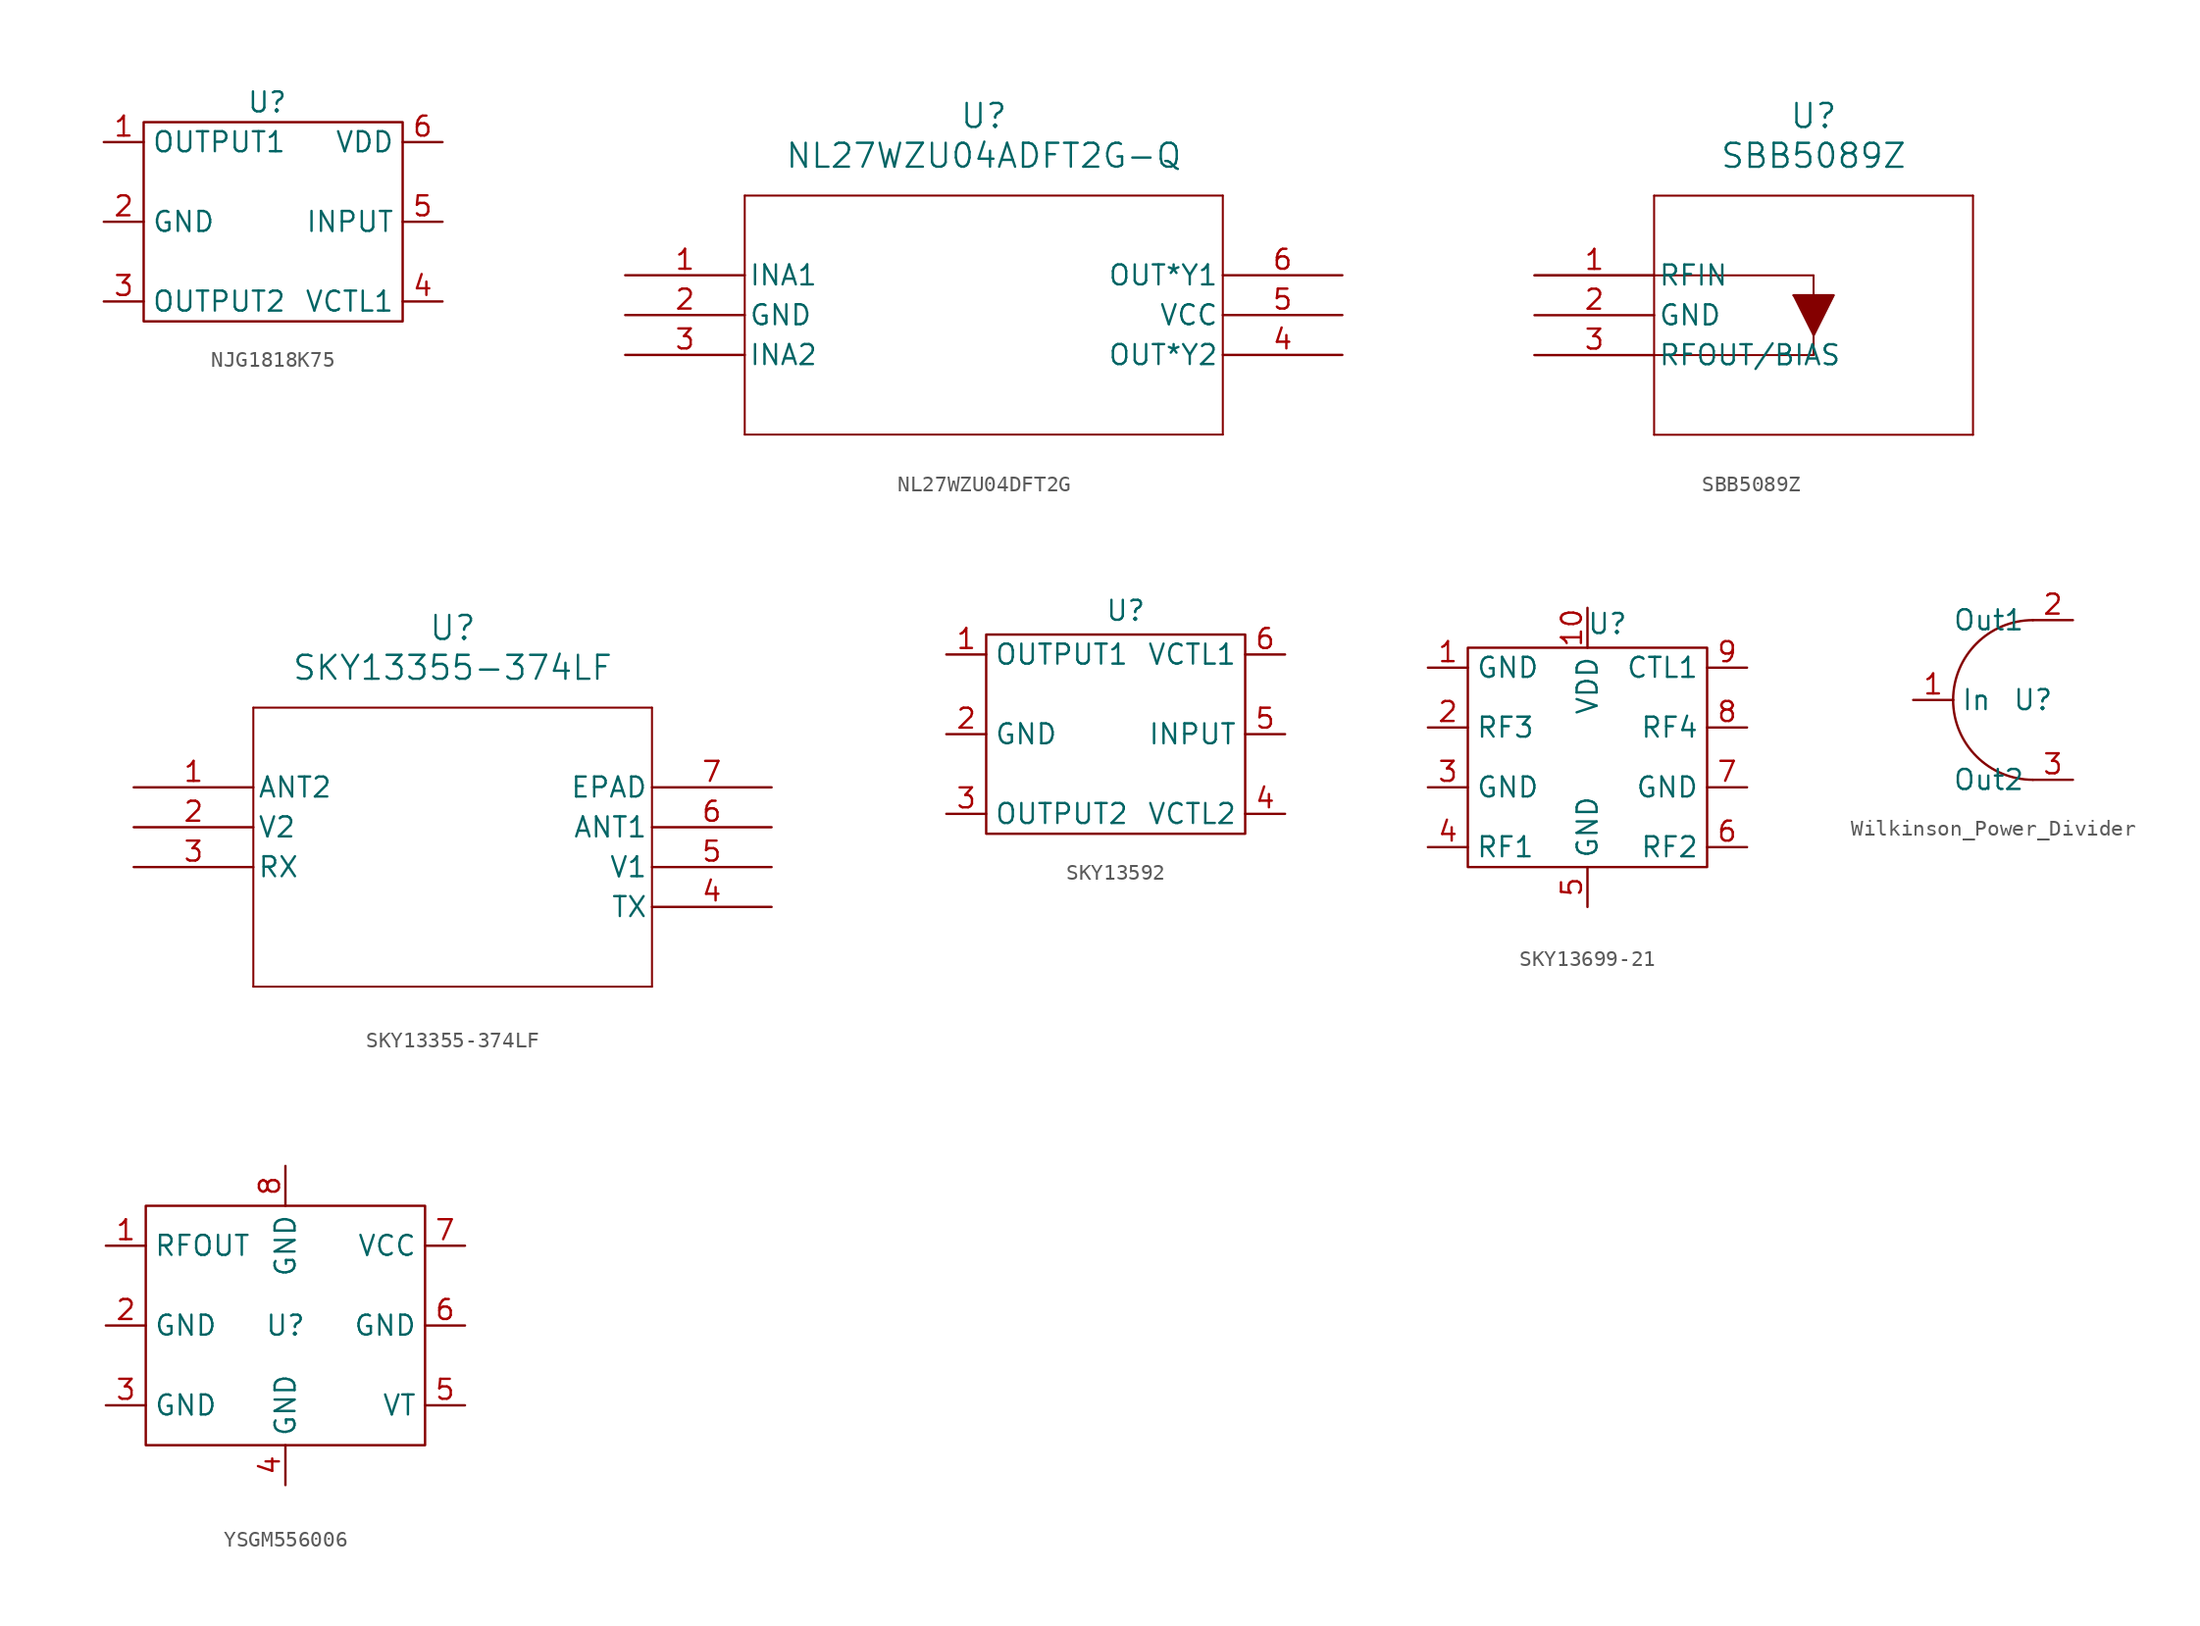
<source format=kicad_sym>
(kicad_symbol_lib
  (version 20241209)
  (generator "kicad_symbol_editor")
  (generator_version "9.0")
  (symbol "NJG1818K75"
    (property "Reference" "U"
      (at -1.016 7.62 0)
      (effects (font (size 1.27 1.27))))
    (property "Value" ""
      (at 0 0 0)
      (effects (font (size 1.27 1.27))))
    (symbol "NJG1818K75_0_1"
      (rectangle (start -8.89 6.35) (end 7.62 -6.35) (stroke (width 0) (type default)) (fill (type none))))
    (symbol "NJG1818K75_1_1"
      (pin output line (at -11.43 5.08 0) (length 2.54) (name "OUTPUT1" (effects (font (size 1.27 1.27)))) (number "1" (effects (font (size 1.27 1.27)))))
      (pin power_in line (at -11.43 0 0) (length 2.54) (name "GND" (effects (font (size 1.27 1.27)))) (number "2" (effects (font (size 1.27 1.27)))))
      (pin output line (at -11.43 -5.08 0) (length 2.54) (name "OUTPUT2" (effects (font (size 1.27 1.27)))) (number "3" (effects (font (size 1.27 1.27)))))
      (pin power_in line (at 10.16 5.08 180) (length 2.54) (name "VDD" (effects (font (size 1.27 1.27)))) (number "6" (effects (font (size 1.27 1.27)))))
      (pin power_in line (at 10.16 0 180) (length 2.54) (name "INPUT" (effects (font (size 1.27 1.27)))) (number "5" (effects (font (size 1.27 1.27)))))
      (pin input line (at 10.16 -5.08 180) (length 2.54) (name "VCTL1" (effects (font (size 1.27 1.27)))) (number "4" (effects (font (size 1.27 1.27)))))))
  (symbol "NL27WZU04DFT2G"
    (pin_names
      (offset 0.254))
    (property "Reference" "U"
      (at 22.86 10.16 0)
      (effects (font (size 1.524 1.524))))
    (property "Value" "NL27WZU04ADFT2G-Q"
      (at 22.86 7.62 0)
      (effects (font (size 1.524 1.524))))
    (symbol "NL27WZU04DFT2G_0_1"
      (polyline (pts (xy 7.62 5.08) (xy 7.62 -10.16)) (stroke (width 0.127) (type default)) (fill (type none)))
      (polyline (pts (xy 7.62 -10.16) (xy 38.1 -10.16)) (stroke (width 0.127) (type default)) (fill (type none)))
      (polyline (pts (xy 38.1 5.08) (xy 7.62 5.08)) (stroke (width 0.127) (type default)) (fill (type none)))
      (polyline (pts (xy 38.1 -10.16) (xy 38.1 5.08)) (stroke (width 0.127) (type default)) (fill (type none)))
      (pin input line (at 0 0 0) (length 7.62) (name "INA1" (effects (font (size 1.27 1.27)))) (number "1" (effects (font (size 1.27 1.27)))))
      (pin power_in line (at 0 -2.54 0) (length 7.62) (name "GND" (effects (font (size 1.27 1.27)))) (number "2" (effects (font (size 1.27 1.27)))))
      (pin input line (at 0 -5.08 0) (length 7.62) (name "INA2" (effects (font (size 1.27 1.27)))) (number "3" (effects (font (size 1.27 1.27)))))
      (pin output line (at 45.72 0 180) (length 7.62) (name "OUT*Y1" (effects (font (size 1.27 1.27)))) (number "6" (effects (font (size 1.27 1.27)))))
      (pin power_in line (at 45.72 -2.54 180) (length 7.62) (name "VCC" (effects (font (size 1.27 1.27)))) (number "5" (effects (font (size 1.27 1.27)))))
      (pin output line (at 45.72 -5.08 180) (length 7.62) (name "OUT*Y2" (effects (font (size 1.27 1.27)))) (number "4" (effects (font (size 1.27 1.27)))))))
  (symbol "SBB5089Z"
    (pin_names
      (offset 0.254))
    (property "Reference" "U"
      (at 17.78 10.16 0)
      (effects (font (size 1.524 1.524))))
    (property "Value" "SBB5089Z"
      (at 17.78 7.62 0)
      (effects (font (size 1.524 1.524))))
    (symbol "SBB5089Z_0_1"
      (polyline (pts (xy 0 0) (xy 17.78 0)) (stroke (width 0.127) (type default)) (fill (type none)))
      (polyline (pts (xy 7.62 5.08) (xy 7.62 -10.16)) (stroke (width 0.127) (type default)) (fill (type none)))
      (polyline (pts (xy 7.62 -10.16) (xy 27.94 -10.16)) (stroke (width 0.127) (type default)) (fill (type none)))
      (polyline (pts (xy 16.51 -1.27) (xy 19.05 -1.27)) (stroke (width 0.127) (type default)) (fill (type none)))
      (polyline (pts (xy 16.51 -1.27) (xy 19.05 -1.27) (xy 17.78 -3.81)) (stroke (width 0) (type default)) (fill (type outline)))
      (polyline (pts (xy 17.78 0) (xy 17.78 -5.08)) (stroke (width 0.127) (type default)) (fill (type none)))
      (polyline (pts (xy 17.78 -3.81) (xy 16.51 -1.27)) (stroke (width 0.127) (type default)) (fill (type none)))
      (polyline (pts (xy 17.78 -5.08) (xy 0 -5.08)) (stroke (width 0.127) (type default)) (fill (type none)))
      (polyline (pts (xy 19.05 -1.27) (xy 17.78 -3.81)) (stroke (width 0.127) (type default)) (fill (type none)))
      (polyline (pts (xy 27.94 5.08) (xy 7.62 5.08)) (stroke (width 0.127) (type default)) (fill (type none)))
      (polyline (pts (xy 27.94 -10.16) (xy 27.94 5.08)) (stroke (width 0.127) (type default)) (fill (type none)))
      (pin input line (at 0 0 0) (length 7.62) (name "RFIN" (effects (font (size 1.27 1.27)))) (number "1" (effects (font (size 1.27 1.27)))))
      (pin power_out line (at 0 -2.54 0) (length 7.62) (name "GND" (effects (font (size 1.27 1.27)))) (number "2" (effects (font (size 1.27 1.27)))))
      (pin power_in line (at 0 -5.08 0) (length 7.62) (name "RFOUT/BIAS" (effects (font (size 1.27 1.27)))) (number "3" (effects (font (size 1.27 1.27)))))))
  (symbol "SKY13355-374LF"
    (pin_names
      (offset 0.254))
    (property "Reference" "U"
      (at 20.32 10.16 0)
      (effects (font (size 1.524 1.524))))
    (property "Value" "SKY13355-374LF"
      (at 20.32 7.62 0)
      (effects (font (size 1.524 1.524))))
    (symbol "SKY13355-374LF_0_1"
      (polyline (pts (xy 7.62 5.08) (xy 7.62 -12.7)) (stroke (width 0.127) (type default)) (fill (type none)))
      (polyline (pts (xy 7.62 -12.7) (xy 33.02 -12.7)) (stroke (width 0.127) (type default)) (fill (type none)))
      (polyline (pts (xy 33.02 5.08) (xy 7.62 5.08)) (stroke (width 0.127) (type default)) (fill (type none)))
      (polyline (pts (xy 33.02 -12.7) (xy 33.02 5.08)) (stroke (width 0.127) (type default)) (fill (type none)))
      (pin bidirectional line (at 0 0 0) (length 7.62) (name "ANT2" (effects (font (size 1.27 1.27)))) (number "1" (effects (font (size 1.27 1.27)))))
      (pin power_in line (at 0 -2.54 0) (length 7.62) (name "V2" (effects (font (size 1.27 1.27)))) (number "2" (effects (font (size 1.27 1.27)))))
      (pin unspecified line (at 0 -5.08 0) (length 7.62) (name "RX" (effects (font (size 1.27 1.27)))) (number "3" (effects (font (size 1.27 1.27)))))
      (pin power_out line (at 40.64 0 180) (length 7.62) (name "EPAD" (effects (font (size 1.27 1.27)))) (number "7" (effects (font (size 1.27 1.27)))))
      (pin bidirectional line (at 40.64 -2.54 180) (length 7.62) (name "ANT1" (effects (font (size 1.27 1.27)))) (number "6" (effects (font (size 1.27 1.27)))))
      (pin power_in line (at 40.64 -5.08 180) (length 7.62) (name "V1" (effects (font (size 1.27 1.27)))) (number "5" (effects (font (size 1.27 1.27)))))
      (pin unspecified line (at 40.64 -7.62 180) (length 7.62) (name "TX" (effects (font (size 1.27 1.27)))) (number "4" (effects (font (size 1.27 1.27)))))))
  (symbol "SKY13592"
    (property "Reference" "U"
      (at 0 7.874 0)
      (effects (font (size 1.27 1.27))))
    (property "Value" ""
      (at 0 0 0)
      (effects (font (size 1.27 1.27))))
    (symbol "SKY13592_0_1"
      (rectangle (start -8.89 6.35) (end 7.62 -6.35) (stroke (width 0) (type default)) (fill (type none))))
    (symbol "SKY13592_1_1"
      (pin output line (at -11.43 5.08 0) (length 2.54) (name "OUTPUT1" (effects (font (size 1.27 1.27)))) (number "1" (effects (font (size 1.27 1.27)))))
      (pin power_in line (at -11.43 0 0) (length 2.54) (name "GND" (effects (font (size 1.27 1.27)))) (number "2" (effects (font (size 1.27 1.27)))))
      (pin output line (at -11.43 -5.08 0) (length 2.54) (name "OUTPUT2" (effects (font (size 1.27 1.27)))) (number "3" (effects (font (size 1.27 1.27)))))
      (pin input line (at 10.16 5.08 180) (length 2.54) (name "VCTL1" (effects (font (size 1.27 1.27)))) (number "6" (effects (font (size 1.27 1.27)))))
      (pin power_in line (at 10.16 0 180) (length 2.54) (name "INPUT" (effects (font (size 1.27 1.27)))) (number "5" (effects (font (size 1.27 1.27)))))
      (pin input line (at 10.16 -5.08 180) (length 2.54) (name "VCTL2" (effects (font (size 1.27 1.27)))) (number "4" (effects (font (size 1.27 1.27)))))))
  (symbol "SKY13699-21"
    (property "Reference" "U"
      (at 1.27 7.874 0)
      (effects (font (size 1.27 1.27))))
    (property "Value" ""
      (at 0 0 0)
      (effects (font (size 1.27 1.27))))
    (symbol "SKY13699-21_0_1"
      (rectangle (start -7.62 6.35) (end 7.62 -7.62) (stroke (width 0) (type default)) (fill (type none))))
    (symbol "SKY13699-21_1_1"
      (pin power_in line (at -10.16 5.08 0) (length 2.54) (name "GND" (effects (font (size 1.27 1.27)))) (number "1" (effects (font (size 1.27 1.27)))))
      (pin input line (at -10.16 1.27 0) (length 2.54) (name "RF3" (effects (font (size 1.27 1.27)))) (number "2" (effects (font (size 1.27 1.27)))))
      (pin power_in line (at -10.16 -2.54 0) (length 2.54) (name "GND" (effects (font (size 1.27 1.27)))) (number "3" (effects (font (size 1.27 1.27)))))
      (pin output line (at -10.16 -6.35 0) (length 2.54) (name "RF1" (effects (font (size 1.27 1.27)))) (number "4" (effects (font (size 1.27 1.27)))))
      (pin power_in line (at 0 8.89 270) (length 2.54) (name "VDD" (effects (font (size 1.27 1.27)))) (number "10" (effects (font (size 1.27 1.27)))))
      (pin power_in line (at 0 -10.16 90) (length 2.54) (name "GND" (effects (font (size 1.27 1.27)))) (number "5" (effects (font (size 1.27 1.27)))))
      (pin input line (at 10.16 5.08 180) (length 2.54) (name "CTL1" (effects (font (size 1.27 1.27)))) (number "9" (effects (font (size 1.27 1.27)))))
      (pin input line (at 10.16 1.27 180) (length 2.54) (name "RF4" (effects (font (size 1.27 1.27)))) (number "8" (effects (font (size 1.27 1.27)))))
      (pin power_in line (at 10.16 -2.54 180) (length 2.54) (name "GND" (effects (font (size 1.27 1.27)))) (number "7" (effects (font (size 1.27 1.27)))))
      (pin output line (at 10.16 -6.35 180) (length 2.54) (name "RF2" (effects (font (size 1.27 1.27)))) (number "6" (effects (font (size 1.27 1.27)))))))
  (symbol "Wilkinson_Power_Divider"
    (property "Reference" "U"
      (at 0 0 0)
      (effects (font (size 1.27 1.27))))
    (property "Value" ""
      (at 0 0 0)
      (effects (font (size 1.27 1.27))))
    (symbol "Wilkinson_Power_Divider_0_1"
      (arc (start -5.08 0) (mid -3.5921 3.5921) (end 0 5.08) (stroke (width 0) (type default)) (fill (type none)))
      (arc (start 0 -5.08) (mid -3.5921 -3.5921) (end -5.08 0) (stroke (width 0) (type default)) (fill (type none))))
    (symbol "Wilkinson_Power_Divider_1_1"
      (pin input line (at -7.62 0 0) (length 2.54) (name "In" (effects (font (size 1.27 1.27)))) (number "1" (effects (font (size 1.27 1.27)))))
      (pin output line (at 2.54 5.08 180) (length 2.54) (name "Out1" (effects (font (size 1.27 1.27)))) (number "2" (effects (font (size 1.27 1.27)))))
      (pin output line (at 2.54 -5.08 180) (length 2.54) (name "Out2" (effects (font (size 1.27 1.27)))) (number "3" (effects (font (size 1.27 1.27)))))))
  (symbol "YSGM556006"
    (property "Reference" "U"
      (at 0 0 0)
      (effects (font (size 1.27 1.27))))
    (property "Value" ""
      (at 0 0 0)
      (effects (font (size 1.27 1.27))))
    (symbol "YSGM556006_0_1"
      (rectangle (start -8.89 7.62) (end 8.89 -7.62) (stroke (width 0) (type default)) (fill (type none))))
    (symbol "YSGM556006_1_1"
      (pin output line (at -11.43 5.08 0) (length 2.54) (name "RFOUT" (effects (font (size 1.27 1.27)))) (number "1" (effects (font (size 1.27 1.27)))))
      (pin power_in line (at -11.43 0 0) (length 2.54) (name "GND" (effects (font (size 1.27 1.27)))) (number "2" (effects (font (size 1.27 1.27)))))
      (pin power_in line (at -11.43 -5.08 0) (length 2.54) (name "GND" (effects (font (size 1.27 1.27)))) (number "3" (effects (font (size 1.27 1.27)))))
      (pin power_in line (at 0 10.16 270) (length 2.54) (name "GND" (effects (font (size 1.27 1.27)))) (number "8" (effects (font (size 1.27 1.27)))))
      (pin power_in line (at 0 -10.16 90) (length 2.54) (name "GND" (effects (font (size 1.27 1.27)))) (number "4" (effects (font (size 1.27 1.27)))))
      (pin power_in line (at 11.43 5.08 180) (length 2.54) (name "VCC" (effects (font (size 1.27 1.27)))) (number "7" (effects (font (size 1.27 1.27)))))
      (pin power_in line (at 11.43 0 180) (length 2.54) (name "GND" (effects (font (size 1.27 1.27)))) (number "6" (effects (font (size 1.27 1.27)))))
      (pin input line (at 11.43 -5.08 180) (length 2.54) (name "VT" (effects (font (size 1.27 1.27)))) (number "5" (effects (font (size 1.27 1.27))))))))
</source>
